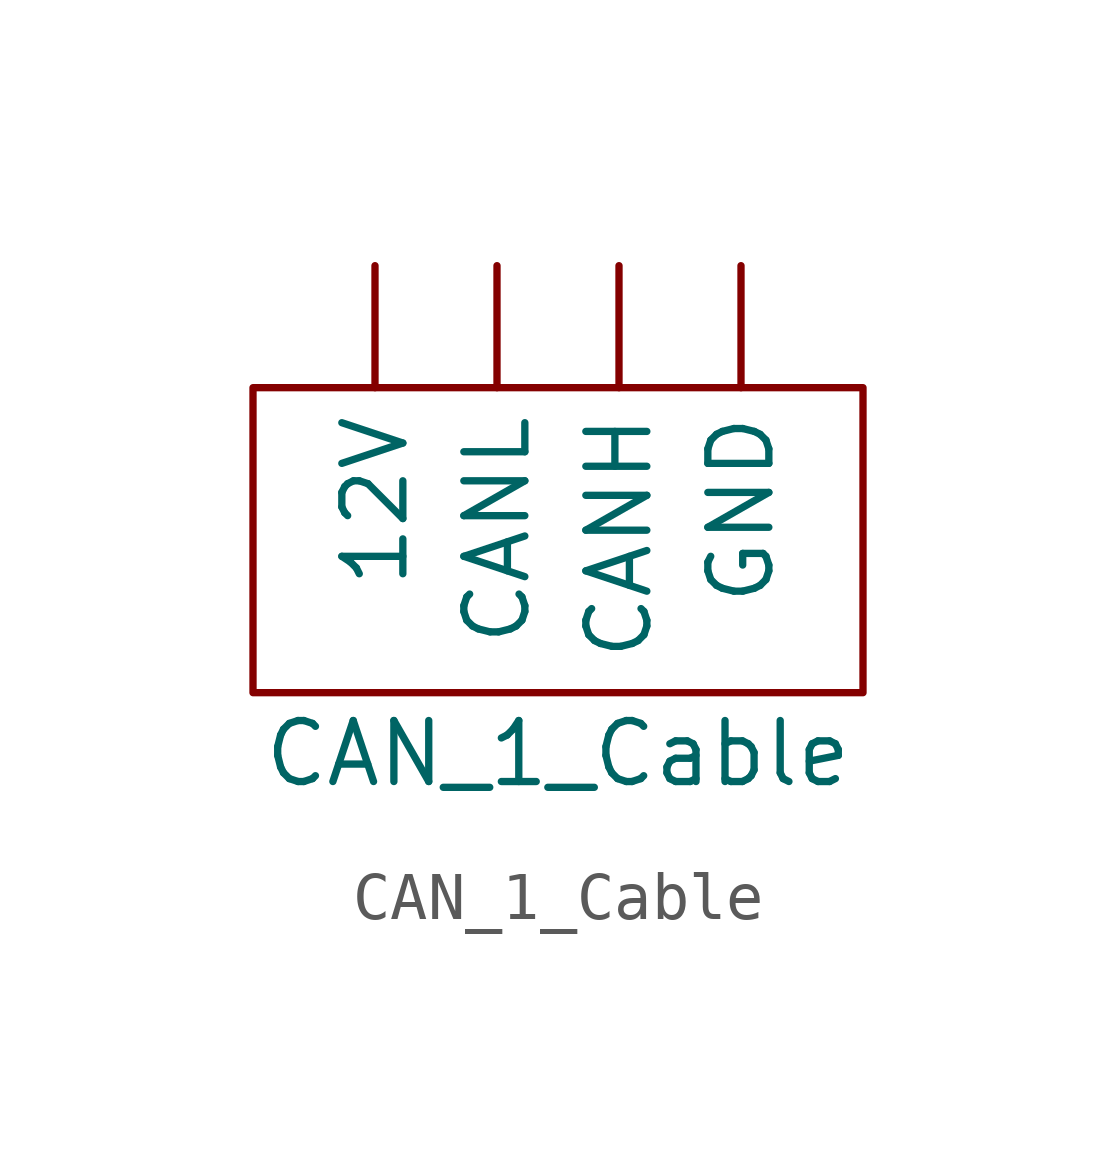
<source format=kicad_sym>
(kicad_symbol_lib
  (version 20211014)
  (generator kicad_symbol_editor)
  (symbol "CAN_1_Cable"
    (power)
    (property "Reference" "U"
      (at 0 5.08 0)
      (effects (font (size 1.27 1.27)) hide))
    (property "Value" "CAN_1_Cable"
      (at 0 -7.62 0)
      (effects (font (size 1.27 1.27))))
    (symbol "CAN_1_Cable_0_0"
      (rectangle (start -6.35 0) (end 6.35 -6.35) (stroke (width 0) (type default) (color 0 0 0 0)) (fill (type none))))
    (symbol "CAN_1_Cable_1_1"
      (pin output line (at -3.81 2.54 270) (length 2.54) (name "12V" (effects (font (size 1.27 1.27)))) (number "" (effects (font (size 1.27 1.27)))))
      (pin bidirectional line (at 1.27 2.54 270) (length 2.54) (name "CANH" (effects (font (size 1.27 1.27)))) (number "" (effects (font (size 1.27 1.27)))))
      (pin bidirectional line (at -1.27 2.54 270) (length 2.54) (name "CANL" (effects (font (size 1.27 1.27)))) (number "" (effects (font (size 1.27 1.27)))))
      (pin output line (at 3.81 2.54 270) (length 2.54) (name "GND" (effects (font (size 1.27 1.27)))) (number "" (effects (font (size 1.27 1.27))))))))
</source>
